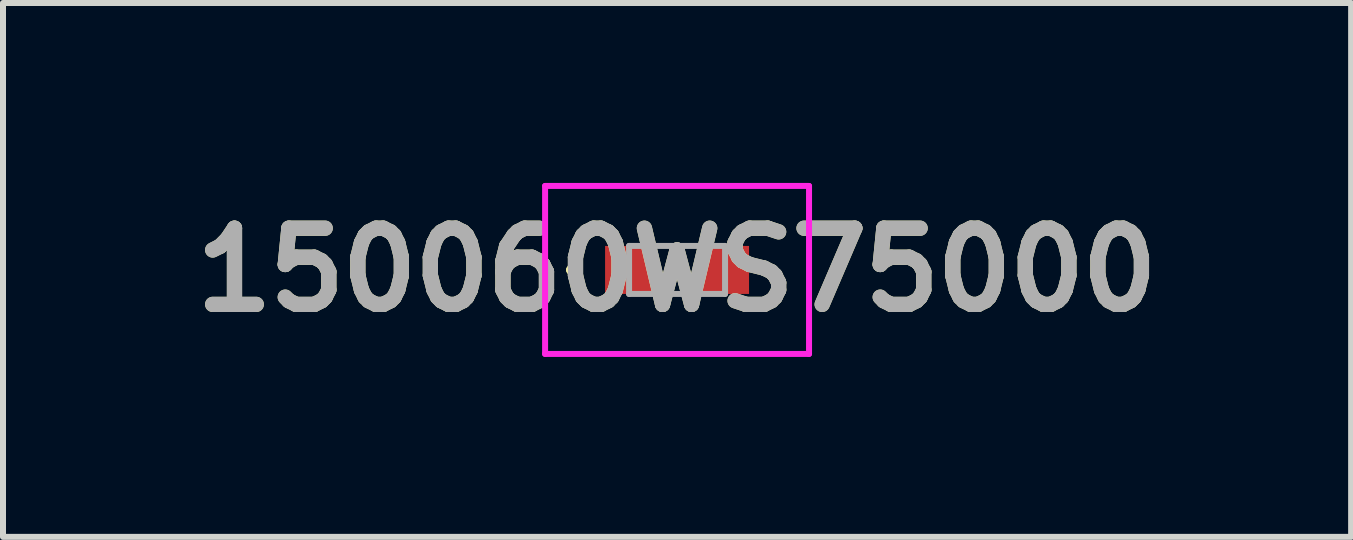
<source format=kicad_pcb>
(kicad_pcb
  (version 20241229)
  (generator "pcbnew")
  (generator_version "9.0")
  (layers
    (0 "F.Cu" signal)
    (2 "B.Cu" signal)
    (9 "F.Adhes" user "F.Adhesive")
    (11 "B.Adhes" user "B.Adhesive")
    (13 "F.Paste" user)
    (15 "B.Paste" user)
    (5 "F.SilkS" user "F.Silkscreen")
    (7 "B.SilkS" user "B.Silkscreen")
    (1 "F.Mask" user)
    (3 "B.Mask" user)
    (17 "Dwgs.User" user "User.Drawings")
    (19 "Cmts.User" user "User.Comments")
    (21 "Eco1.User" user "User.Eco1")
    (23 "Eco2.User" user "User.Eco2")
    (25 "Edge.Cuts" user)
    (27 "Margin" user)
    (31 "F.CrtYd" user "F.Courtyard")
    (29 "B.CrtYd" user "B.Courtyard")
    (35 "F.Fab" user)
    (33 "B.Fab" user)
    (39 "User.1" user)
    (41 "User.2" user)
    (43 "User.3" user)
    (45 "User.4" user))
  (footprint "150060WS75000"
    (layer "F.Cu")
    (at 8.237 1.45)
    (property "Reference" "150060WS75000" (at 0 0 0) (layer "F.SilkS") (effects (font (size 1.27 1.27) (thickness 0.254))))
    (attr smd)
    (fp_line (start -1.8 0) (end -1.8 0) (stroke (width 0.1) (type solid)) (layer "F.SilkS"))
    (fp_line (start -1.7 0) (end -1.7 0) (stroke (width 0.1) (type solid)) (layer "F.SilkS"))
    (fp_arc (start -1.8 0) (mid -1.75 -0.05) (end -1.7 0) (stroke (width 0.1) (type solid)) (layer "F.SilkS"))
    (fp_arc (start -1.7 0) (mid -1.75 0.05) (end -1.8 0) (stroke (width 0.1) (type solid)) (layer "F.SilkS"))
    (fp_line (start -2.2 -1.4) (end 2.2 -1.4) (stroke (width 0.1) (type solid)) (layer "F.CrtYd"))
    (fp_line (start -2.2 1.4) (end -2.2 -1.4) (stroke (width 0.1) (type solid)) (layer "F.CrtYd"))
    (fp_line (start 2.2 -1.4) (end 2.2 1.4) (stroke (width 0.1) (type solid)) (layer "F.CrtYd"))
    (fp_line (start 2.2 1.4) (end -2.2 1.4) (stroke (width 0.1) (type solid)) (layer "F.CrtYd"))
    (fp_line (start -0.8 -0.4) (end 0.8 -0.4) (stroke (width 0.1) (type solid)) (layer "F.Fab"))
    (fp_line (start -0.8 0.4) (end -0.8 -0.4) (stroke (width 0.1) (type solid)) (layer "F.Fab"))
    (fp_line (start 0.8 -0.4) (end 0.8 0.4) (stroke (width 0.1) (type solid)) (layer "F.Fab"))
    (fp_line (start 0.8 0.4) (end -0.8 0.4) (stroke (width 0.1) (type solid)) (layer "F.Fab"))
    (fp_text user "${REFERENCE}" (at 0 0 0) (layer "F.Fab") (effects (font (size 1.27 1.27) (thickness 0.254))))
    (pad "1" smd rect (at -0.8 0 90) (size 0.8 0.8) (layers "F.Cu" "F.Mask" "F.Paste"))
    (pad "2" smd rect (at 0.8 0 90) (size 0.8 0.8) (layers "F.Cu" "F.Mask" "F.Paste")))
  (gr_rect
    (start -3 -3)
    (end 19.474 5.9)
    (stroke (width 0.1) (type default))
    (fill no)
    (layer "Edge.Cuts")))
</source>
